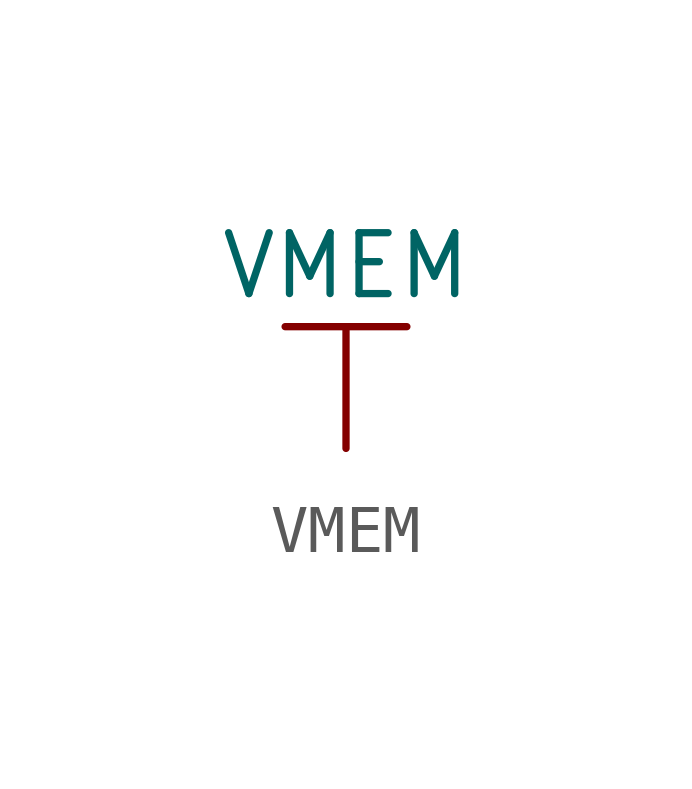
<source format=kicad_sym>
(kicad_symbol_lib
  (version 20220914)
  (generator kicad_symbol_editor)
  (symbol "VMEM"
    (power)
    (pin_names
      (offset 0))
    (property "Reference" "#PWR"
      (at 0 -3.81 0)
      (effects (font (size 1.27 1.27)) hide))
    (property "Value" "VMEM"
      (at 0 3.81 0)
      (effects (font (size 1.27 1.27))))
    (symbol "VMEM_1_1"
      (polyline (pts (xy -1.27 2.54) (xy 1.27 2.54)) (stroke (width 0) (type solid)) (fill (type none)))
      (polyline (pts (xy 0 0) (xy 0 2.54)) (stroke (width 0) (type solid)) (fill (type none)))
      (pin power_in line (at 0 0 90) (length 0) hide (name "VMEM" (effects (font (size 1.27 1.27)))) (number "1" (effects (font (size 1.27 1.27))))))))
</source>
